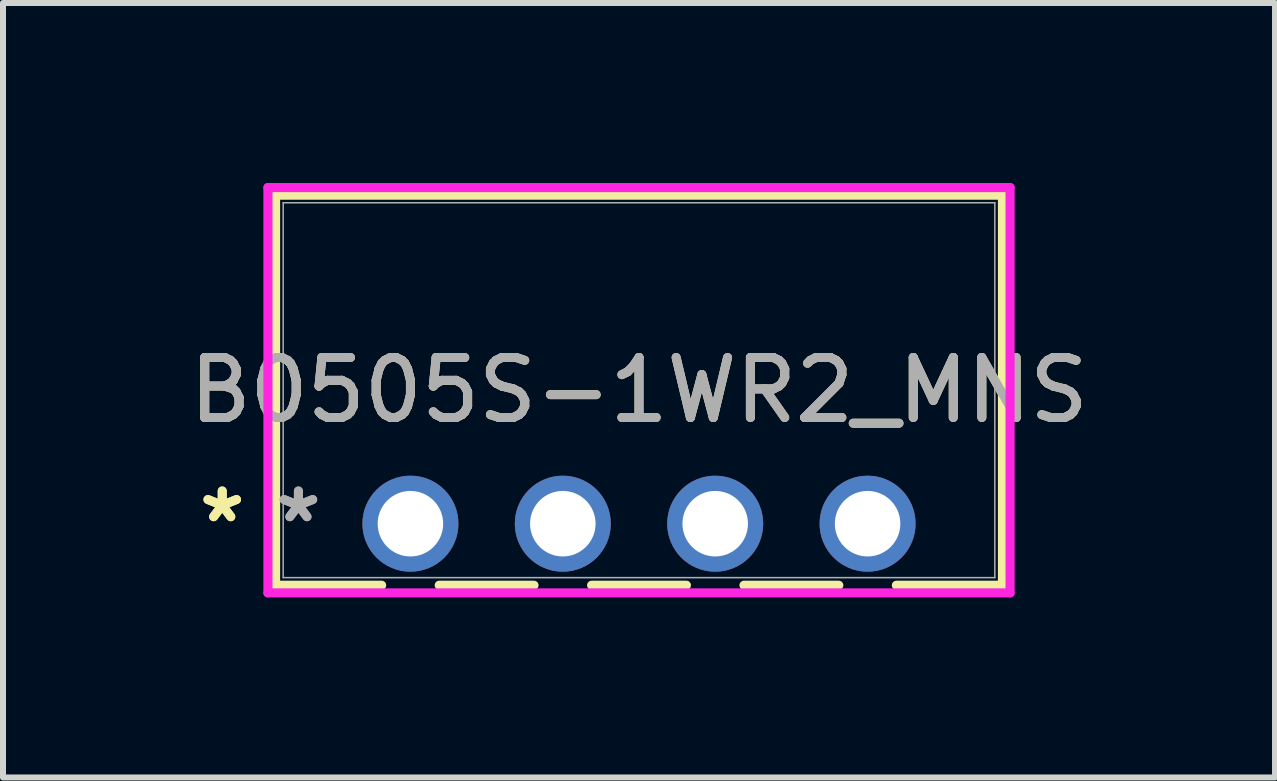
<source format=kicad_pcb>
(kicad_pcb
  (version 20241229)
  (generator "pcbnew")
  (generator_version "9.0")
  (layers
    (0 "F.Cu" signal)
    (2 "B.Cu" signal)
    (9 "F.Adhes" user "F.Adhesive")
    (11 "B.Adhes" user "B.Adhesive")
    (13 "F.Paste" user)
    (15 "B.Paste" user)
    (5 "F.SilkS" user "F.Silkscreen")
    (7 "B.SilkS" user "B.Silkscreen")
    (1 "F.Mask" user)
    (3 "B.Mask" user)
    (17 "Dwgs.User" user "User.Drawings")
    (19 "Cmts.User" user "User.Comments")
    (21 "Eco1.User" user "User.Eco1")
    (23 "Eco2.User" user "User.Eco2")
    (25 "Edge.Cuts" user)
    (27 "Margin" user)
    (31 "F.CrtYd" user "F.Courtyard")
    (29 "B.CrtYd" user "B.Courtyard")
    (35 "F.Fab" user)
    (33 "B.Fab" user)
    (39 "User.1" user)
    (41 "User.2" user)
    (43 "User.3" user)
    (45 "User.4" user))
  (footprint "B0505S-1WR2_MNS"
    (layer "F.Cu")
    (at 3.791 5.679)
    (property "Reference" "B0505S-1WR2_MNS" (at 3.81 -2.225 0) (unlocked yes) (layer "F.SilkS") (effects (font (size 1 1) (thickness 0.15))))
    (attr through_hole)
    (fp_line (start -2.248 -5.476) (end -2.248 1.026) (stroke (width 0.152) (type solid)) (layer "F.SilkS"))
    (fp_line (start -2.248 1.026) (end -0.48 1.026) (stroke (width 0.152) (type solid)) (layer "F.SilkS"))
    (fp_line (start 0.48 1.026) (end 2.06 1.026) (stroke (width 0.152) (type solid)) (layer "F.SilkS"))
    (fp_line (start 3.02 1.026) (end 4.6 1.026) (stroke (width 0.152) (type solid)) (layer "F.SilkS"))
    (fp_line (start 5.56 1.026) (end 7.14 1.026) (stroke (width 0.152) (type solid)) (layer "F.SilkS"))
    (fp_line (start 8.1 1.026) (end 9.868 1.026) (stroke (width 0.152) (type solid)) (layer "F.SilkS"))
    (fp_line (start 9.868 -5.476) (end -2.248 -5.476) (stroke (width 0.152) (type solid)) (layer "F.SilkS"))
    (fp_line (start 9.868 1.026) (end 9.868 -5.476) (stroke (width 0.152) (type solid)) (layer "F.SilkS"))
    (fp_line (start -2.375 -5.603) (end 9.995 -5.603) (stroke (width 0.152) (type solid)) (layer "F.CrtYd"))
    (fp_line (start -2.375 1.153) (end -2.375 -5.603) (stroke (width 0.152) (type solid)) (layer "F.CrtYd"))
    (fp_line (start 9.995 -5.603) (end 9.995 1.153) (stroke (width 0.152) (type solid)) (layer "F.CrtYd"))
    (fp_line (start 9.995 1.153) (end -2.375 1.153) (stroke (width 0.152) (type solid)) (layer "F.CrtYd"))
    (fp_line (start -2.121 -5.349) (end -2.121 0.899) (stroke (width 0.025) (type solid)) (layer "F.Fab"))
    (fp_line (start -2.121 0.899) (end 9.741 0.899) (stroke (width 0.025) (type solid)) (layer "F.Fab"))
    (fp_line (start 9.741 -5.349) (end -2.121 -5.349) (stroke (width 0.025) (type solid)) (layer "F.Fab"))
    (fp_line (start 9.741 0.899) (end 9.741 -5.349) (stroke (width 0.025) (type solid)) (layer "F.Fab"))
    (fp_text user "*" (at -3.137 0 0) (unlocked yes) (layer "F.SilkS") (effects (font (size 1 1) (thickness 0.15))))
    (fp_text user "*" (at -3.137 0 0) (layer "F.SilkS") (effects (font (size 1 1) (thickness 0.15))))
    (fp_text user "${REFERENCE}" (at 3.81 -2.225 0) (unlocked yes) (layer "F.Fab") (effects (font (size 1 1) (thickness 0.15))))
    (fp_text user "*" (at -1.867 0 0) (unlocked yes) (layer "F.Fab") (effects (font (size 1 1) (thickness 0.15))))
    (fp_text user "*" (at -1.867 0 0) (layer "F.Fab") (effects (font (size 1 1) (thickness 0.15))))
    (pad "1" thru_hole circle (at 0 -0.000001) (size 1.6 1.6) (drill 1.092) (layers "*.Cu" "*.Mask"))
    (pad "2" thru_hole circle (at 2.54 -0.000001) (size 1.6 1.6) (drill 1.092) (layers "*.Cu" "*.Mask"))
    (pad "3" thru_hole circle (at 5.08 -0.000001) (size 1.6 1.6) (drill 1.092) (layers "*.Cu" "*.Mask"))
    (pad "4" thru_hole circle (at 7.62 -0.000001) (size 1.6 1.6) (drill 1.092) (layers "*.Cu" "*.Mask")))
  (gr_rect
    (start -3 -3)
    (end 18.202 9.909)
    (stroke (width 0.1) (type default))
    (fill no)
    (layer "Edge.Cuts")))
</source>
